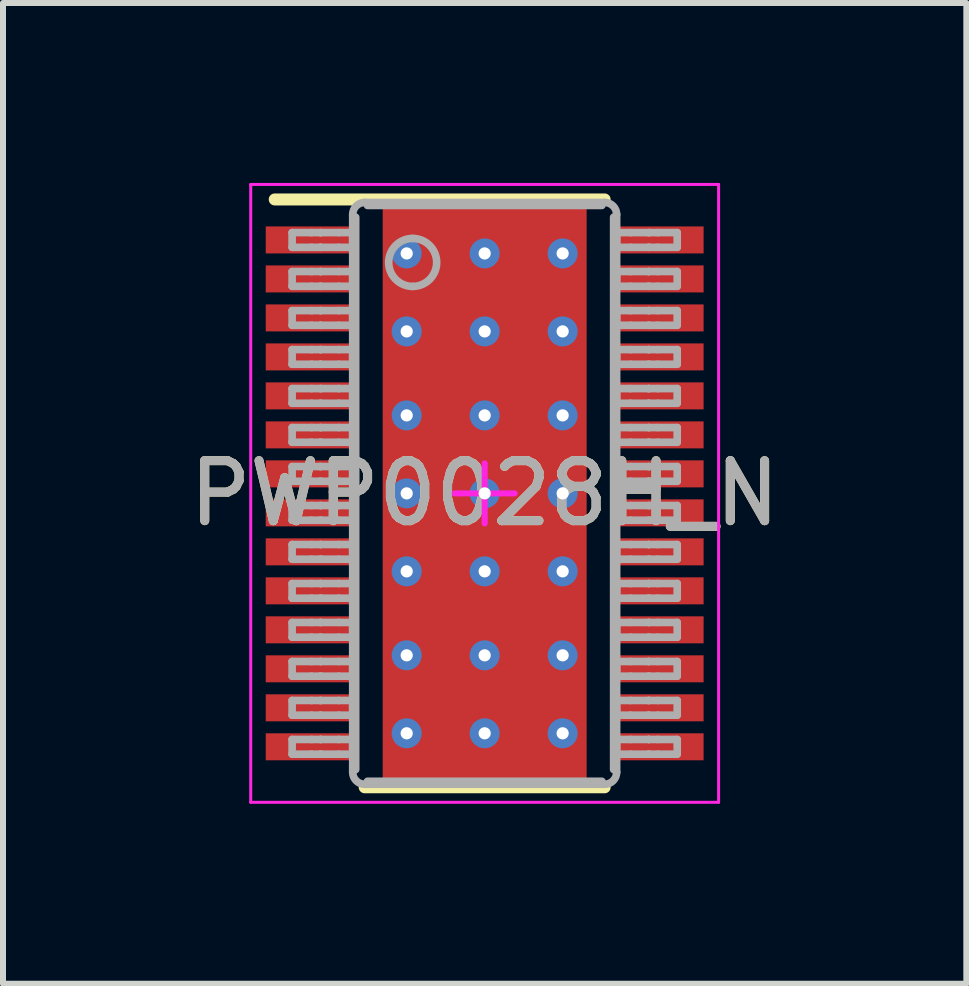
<source format=kicad_pcb>
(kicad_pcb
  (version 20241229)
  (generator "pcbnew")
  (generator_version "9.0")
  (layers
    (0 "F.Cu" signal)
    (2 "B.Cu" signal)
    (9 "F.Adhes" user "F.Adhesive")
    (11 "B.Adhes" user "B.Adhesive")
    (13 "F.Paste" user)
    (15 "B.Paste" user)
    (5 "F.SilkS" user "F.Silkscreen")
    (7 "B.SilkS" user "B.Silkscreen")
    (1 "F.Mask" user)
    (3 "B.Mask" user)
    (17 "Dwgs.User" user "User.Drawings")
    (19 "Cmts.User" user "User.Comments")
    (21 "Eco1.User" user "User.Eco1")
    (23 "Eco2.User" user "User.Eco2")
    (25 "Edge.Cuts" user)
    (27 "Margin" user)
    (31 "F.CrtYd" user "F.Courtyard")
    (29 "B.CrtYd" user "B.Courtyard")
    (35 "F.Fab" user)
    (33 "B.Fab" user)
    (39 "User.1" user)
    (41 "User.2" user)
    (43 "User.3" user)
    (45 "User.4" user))
  (footprint "PWP0028H_N"
    (layer "F.Cu")
    (at 5.03 5.175)
    (property "Reference" "PWP0028H_N" (at 0 0 0) (unlocked yes) (layer "F.SilkS") (effects (font (size 1 1) (thickness 0.15))))
    (attr smd)
    (fp_poly (pts (xy -1.17 1.473) (xy -1.17 -1.473) (xy -1.169 -1.482) (xy -1.166 -1.491) (xy -1.162 -1.499) (xy -1.156 -1.506) (xy -1.149 -1.512) (xy -1.141 -1.516) (xy -1.132 -1.519) (xy -1.123 -1.52) (xy 1.123 -1.52) (xy 1.132 -1.519) (xy 1.141 -1.516) (xy 1.149 -1.512) (xy 1.156 -1.506) (xy 1.162 -1.499) (xy 1.166 -1.491) (xy 1.169 -1.482) (xy 1.17 -1.473) (xy 1.17 1.473) (xy 1.169 1.482) (xy 1.166 1.491) (xy 1.162 1.499) (xy 1.156 1.506) (xy 1.149 1.512) (xy 1.141 1.516) (xy 1.132 1.519) (xy 1.123 1.52) (xy -1.123 1.52) (xy -1.132 1.519) (xy -1.141 1.516) (xy -1.149 1.512) (xy -1.156 1.506) (xy -1.162 1.499) (xy -1.166 1.491) (xy -1.169 1.482)) (stroke (width 0) (type solid)) (fill yes) (layer "F.Mask"))
    (fp_line (start -3.5 -4.9) (end 2 -4.9) (stroke (width 0.2) (type solid)) (layer "F.SilkS"))
    (fp_line (start -2 4.9) (end 2 4.9) (stroke (width 0.2) (type solid)) (layer "F.SilkS"))
    (fp_poly (pts (xy -1.17 1.473) (xy -1.17 -1.473) (xy -1.169 -1.482) (xy -1.166 -1.491) (xy -1.162 -1.499) (xy -1.156 -1.506) (xy -1.149 -1.512) (xy -1.141 -1.516) (xy -1.132 -1.519) (xy -1.123 -1.52) (xy 1.123 -1.52) (xy 1.132 -1.519) (xy 1.141 -1.516) (xy 1.149 -1.512) (xy 1.156 -1.506) (xy 1.162 -1.499) (xy 1.166 -1.491) (xy 1.169 -1.482) (xy 1.17 -1.473) (xy 1.17 1.473) (xy 1.169 1.482) (xy 1.166 1.491) (xy 1.162 1.499) (xy 1.156 1.506) (xy 1.149 1.512) (xy 1.141 1.516) (xy 1.132 1.519) (xy 1.123 1.52) (xy -1.123 1.52) (xy -1.132 1.519) (xy -1.141 1.516) (xy -1.149 1.512) (xy -1.156 1.506) (xy -1.162 1.499) (xy -1.166 1.491) (xy -1.169 1.482)) (stroke (width 0) (type solid)) (fill yes) (layer "F.Paste"))
    (fp_line (start -3.9 -5.15) (end 3.9 -5.15) (stroke (width 0.05) (type solid)) (layer "F.CrtYd"))
    (fp_line (start -3.9 5.15) (end -3.9 -5.15) (stroke (width 0.05) (type solid)) (layer "F.CrtYd"))
    (fp_line (start -3.9 5.15) (end 3.9 5.15) (stroke (width 0.05) (type solid)) (layer "F.CrtYd"))
    (fp_line (start -0.5 0) (end 0.5 0) (stroke (width 0.1) (type solid)) (layer "F.CrtYd"))
    (fp_line (start -0.000003 0.5) (end -0.000003 -0.5) (stroke (width 0.1) (type solid)) (layer "F.CrtYd"))
    (fp_line (start 3.9 5.15) (end 3.9 -5.15) (stroke (width 0.05) (type solid)) (layer "F.CrtYd"))
    (fp_line (start -3.21 -4.347) (end -2.887 -4.347) (stroke (width 0.127) (type solid)) (layer "F.Fab"))
    (fp_line (start -3.21 -4.102) (end -3.21 -4.347) (stroke (width 0.127) (type solid)) (layer "F.Fab"))
    (fp_line (start -3.21 -4.102) (end -2.887 -4.102) (stroke (width 0.127) (type solid)) (layer "F.Fab"))
    (fp_line (start -3.21 -3.698) (end -2.887 -3.698) (stroke (width 0.127) (type solid)) (layer "F.Fab"))
    (fp_line (start -3.21 -3.452) (end -3.21 -3.698) (stroke (width 0.127) (type solid)) (layer "F.Fab"))
    (fp_line (start -3.21 -3.452) (end -2.887 -3.452) (stroke (width 0.127) (type solid)) (layer "F.Fab"))
    (fp_line (start -3.21 -3.047) (end -2.887 -3.047) (stroke (width 0.127) (type solid)) (layer "F.Fab"))
    (fp_line (start -3.21 -2.802) (end -3.21 -3.047) (stroke (width 0.127) (type solid)) (layer "F.Fab"))
    (fp_line (start -3.21 -2.802) (end -2.887 -2.802) (stroke (width 0.127) (type solid)) (layer "F.Fab"))
    (fp_line (start -3.21 -2.397) (end -2.887 -2.397) (stroke (width 0.127) (type solid)) (layer "F.Fab"))
    (fp_line (start -3.21 -2.152) (end -3.21 -2.397) (stroke (width 0.127) (type solid)) (layer "F.Fab"))
    (fp_line (start -3.21 -2.152) (end -2.887 -2.152) (stroke (width 0.127) (type solid)) (layer "F.Fab"))
    (fp_line (start -3.21 -1.747) (end -2.887 -1.747) (stroke (width 0.127) (type solid)) (layer "F.Fab"))
    (fp_line (start -3.21 -1.502) (end -3.21 -1.747) (stroke (width 0.127) (type solid)) (layer "F.Fab"))
    (fp_line (start -3.21 -1.502) (end -2.887 -1.502) (stroke (width 0.127) (type solid)) (layer "F.Fab"))
    (fp_line (start -3.21 -1.097) (end -2.887 -1.097) (stroke (width 0.127) (type solid)) (layer "F.Fab"))
    (fp_line (start -3.21 -0.852) (end -3.21 -1.097) (stroke (width 0.127) (type solid)) (layer "F.Fab"))
    (fp_line (start -3.21 -0.852) (end -2.887 -0.852) (stroke (width 0.127) (type solid)) (layer "F.Fab"))
    (fp_line (start -3.21 -0.447) (end -2.887 -0.447) (stroke (width 0.127) (type solid)) (layer "F.Fab"))
    (fp_line (start -3.21 -0.202) (end -3.21 -0.447) (stroke (width 0.127) (type solid)) (layer "F.Fab"))
    (fp_line (start -3.21 -0.202) (end -2.887 -0.202) (stroke (width 0.127) (type solid)) (layer "F.Fab"))
    (fp_line (start -3.21 0.203) (end -2.887 0.203) (stroke (width 0.127) (type solid)) (layer "F.Fab"))
    (fp_line (start -3.21 0.448) (end -3.21 0.203) (stroke (width 0.127) (type solid)) (layer "F.Fab"))
    (fp_line (start -3.21 0.448) (end -2.887 0.448) (stroke (width 0.127) (type solid)) (layer "F.Fab"))
    (fp_line (start -3.21 0.853) (end -2.887 0.853) (stroke (width 0.127) (type solid)) (layer "F.Fab"))
    (fp_line (start -3.21 1.098) (end -3.21 0.853) (stroke (width 0.127) (type solid)) (layer "F.Fab"))
    (fp_line (start -3.21 1.098) (end -2.887 1.098) (stroke (width 0.127) (type solid)) (layer "F.Fab"))
    (fp_line (start -3.21 1.503) (end -2.887 1.503) (stroke (width 0.127) (type solid)) (layer "F.Fab"))
    (fp_line (start -3.21 1.748) (end -3.21 1.503) (stroke (width 0.127) (type solid)) (layer "F.Fab"))
    (fp_line (start -3.21 1.748) (end -2.887 1.748) (stroke (width 0.127) (type solid)) (layer "F.Fab"))
    (fp_line (start -3.21 2.152) (end -2.887 2.152) (stroke (width 0.127) (type solid)) (layer "F.Fab"))
    (fp_line (start -3.21 2.398) (end -3.21 2.152) (stroke (width 0.127) (type solid)) (layer "F.Fab"))
    (fp_line (start -3.21 2.398) (end -2.887 2.398) (stroke (width 0.127) (type solid)) (layer "F.Fab"))
    (fp_line (start -3.21 2.803) (end -2.887 2.803) (stroke (width 0.127) (type solid)) (layer "F.Fab"))
    (fp_line (start -3.21 3.048) (end -3.21 2.803) (stroke (width 0.127) (type solid)) (layer "F.Fab"))
    (fp_line (start -3.21 3.048) (end -2.887 3.048) (stroke (width 0.127) (type solid)) (layer "F.Fab"))
    (fp_line (start -3.21 3.453) (end -2.887 3.453) (stroke (width 0.127) (type solid)) (layer "F.Fab"))
    (fp_line (start -3.21 3.698) (end -3.21 3.453) (stroke (width 0.127) (type solid)) (layer "F.Fab"))
    (fp_line (start -3.21 3.698) (end -2.887 3.698) (stroke (width 0.127) (type solid)) (layer "F.Fab"))
    (fp_line (start -3.21 4.103) (end -2.887 4.103) (stroke (width 0.127) (type solid)) (layer "F.Fab"))
    (fp_line (start -3.21 4.348) (end -3.21 4.103) (stroke (width 0.127) (type solid)) (layer "F.Fab"))
    (fp_line (start -3.21 4.348) (end -2.887 4.348) (stroke (width 0.127) (type solid)) (layer "F.Fab"))
    (fp_line (start -2.887 -4.347) (end -2.739 -4.347) (stroke (width 0.127) (type solid)) (layer "F.Fab"))
    (fp_line (start -2.887 -4.102) (end -2.739 -4.102) (stroke (width 0.127) (type solid)) (layer "F.Fab"))
    (fp_line (start -2.887 -3.698) (end -2.739 -3.698) (stroke (width 0.127) (type solid)) (layer "F.Fab"))
    (fp_line (start -2.887 -3.452) (end -2.739 -3.452) (stroke (width 0.127) (type solid)) (layer "F.Fab"))
    (fp_line (start -2.887 -3.047) (end -2.739 -3.047) (stroke (width 0.127) (type solid)) (layer "F.Fab"))
    (fp_line (start -2.887 -2.802) (end -2.739 -2.802) (stroke (width 0.127) (type solid)) (layer "F.Fab"))
    (fp_line (start -2.887 -2.397) (end -2.739 -2.397) (stroke (width 0.127) (type solid)) (layer "F.Fab"))
    (fp_line (start -2.887 -2.152) (end -2.739 -2.152) (stroke (width 0.127) (type solid)) (layer "F.Fab"))
    (fp_line (start -2.887 -1.747) (end -2.739 -1.747) (stroke (width 0.127) (type solid)) (layer "F.Fab"))
    (fp_line (start -2.887 -1.502) (end -2.739 -1.502) (stroke (width 0.127) (type solid)) (layer "F.Fab"))
    (fp_line (start -2.887 -1.097) (end -2.739 -1.097) (stroke (width 0.127) (type solid)) (layer "F.Fab"))
    (fp_line (start -2.887 -0.852) (end -2.739 -0.852) (stroke (width 0.127) (type solid)) (layer "F.Fab"))
    (fp_line (start -2.887 -0.447) (end -2.739 -0.447) (stroke (width 0.127) (type solid)) (layer "F.Fab"))
    (fp_line (start -2.887 -0.202) (end -2.739 -0.202) (stroke (width 0.127) (type solid)) (layer "F.Fab"))
    (fp_line (start -2.887 0.203) (end -2.739 0.203) (stroke (width 0.127) (type solid)) (layer "F.Fab"))
    (fp_line (start -2.887 0.448) (end -2.739 0.448) (stroke (width 0.127) (type solid)) (layer "F.Fab"))
    (fp_line (start -2.887 0.853) (end -2.739 0.853) (stroke (width 0.127) (type solid)) (layer "F.Fab"))
    (fp_line (start -2.887 1.098) (end -2.739 1.098) (stroke (width 0.127) (type solid)) (layer "F.Fab"))
    (fp_line (start -2.887 1.503) (end -2.739 1.503) (stroke (width 0.127) (type solid)) (layer "F.Fab"))
    (fp_line (start -2.887 1.748) (end -2.739 1.748) (stroke (width 0.127) (type solid)) (layer "F.Fab"))
    (fp_line (start -2.887 2.152) (end -2.739 2.152) (stroke (width 0.127) (type solid)) (layer "F.Fab"))
    (fp_line (start -2.887 2.398) (end -2.739 2.398) (stroke (width 0.127) (type solid)) (layer "F.Fab"))
    (fp_line (start -2.887 2.803) (end -2.739 2.803) (stroke (width 0.127) (type solid)) (layer "F.Fab"))
    (fp_line (start -2.887 3.048) (end -2.739 3.048) (stroke (width 0.127) (type solid)) (layer "F.Fab"))
    (fp_line (start -2.887 3.453) (end -2.739 3.453) (stroke (width 0.127) (type solid)) (layer "F.Fab"))
    (fp_line (start -2.887 3.698) (end -2.739 3.698) (stroke (width 0.127) (type solid)) (layer "F.Fab"))
    (fp_line (start -2.887 4.103) (end -2.739 4.103) (stroke (width 0.127) (type solid)) (layer "F.Fab"))
    (fp_line (start -2.887 4.348) (end -2.739 4.348) (stroke (width 0.127) (type solid)) (layer "F.Fab"))
    (fp_line (start -2.739 -4.347) (end -2.733 -4.347) (stroke (width 0.127) (type solid)) (layer "F.Fab"))
    (fp_line (start -2.739 -4.102) (end -2.733 -4.102) (stroke (width 0.127) (type solid)) (layer "F.Fab"))
    (fp_line (start -2.739 -3.698) (end -2.733 -3.698) (stroke (width 0.127) (type solid)) (layer "F.Fab"))
    (fp_line (start -2.739 -3.452) (end -2.733 -3.452) (stroke (width 0.127) (type solid)) (layer "F.Fab"))
    (fp_line (start -2.739 -3.047) (end -2.733 -3.047) (stroke (width 0.127) (type solid)) (layer "F.Fab"))
    (fp_line (start -2.739 -2.802) (end -2.733 -2.802) (stroke (width 0.127) (type solid)) (layer "F.Fab"))
    (fp_line (start -2.739 -2.397) (end -2.733 -2.397) (stroke (width 0.127) (type solid)) (layer "F.Fab"))
    (fp_line (start -2.739 -2.152) (end -2.733 -2.152) (stroke (width 0.127) (type solid)) (layer "F.Fab"))
    (fp_line (start -2.739 -1.747) (end -2.733 -1.747) (stroke (width 0.127) (type solid)) (layer "F.Fab"))
    (fp_line (start -2.739 -1.502) (end -2.733 -1.502) (stroke (width 0.127) (type solid)) (layer "F.Fab"))
    (fp_line (start -2.739 -1.097) (end -2.733 -1.097) (stroke (width 0.127) (type solid)) (layer "F.Fab"))
    (fp_line (start -2.739 -0.852) (end -2.733 -0.852) (stroke (width 0.127) (type solid)) (layer "F.Fab"))
    (fp_line (start -2.739 -0.447) (end -2.733 -0.447) (stroke (width 0.127) (type solid)) (layer "F.Fab"))
    (fp_line (start -2.739 -0.202) (end -2.733 -0.202) (stroke (width 0.127) (type solid)) (layer "F.Fab"))
    (fp_line (start -2.739 0.203) (end -2.733 0.203) (stroke (width 0.127) (type solid)) (layer "F.Fab"))
    (fp_line (start -2.739 0.448) (end -2.733 0.448) (stroke (width 0.127) (type solid)) (layer "F.Fab"))
    (fp_line (start -2.739 0.853) (end -2.733 0.853) (stroke (width 0.127) (type solid)) (layer "F.Fab"))
    (fp_line (start -2.739 1.098) (end -2.733 1.098) (stroke (width 0.127) (type solid)) (layer "F.Fab"))
    (fp_line (start -2.739 1.503) (end -2.733 1.503) (stroke (width 0.127) (type solid)) (layer "F.Fab"))
    (fp_line (start -2.739 1.748) (end -2.733 1.748) (stroke (width 0.127) (type solid)) (layer "F.Fab"))
    (fp_line (start -2.739 2.152) (end -2.733 2.152) (stroke (width 0.127) (type solid)) (layer "F.Fab"))
    (fp_line (start -2.739 2.398) (end -2.733 2.398) (stroke (width 0.127) (type solid)) (layer "F.Fab"))
    (fp_line (start -2.739 2.803) (end -2.733 2.803) (stroke (width 0.127) (type solid)) (layer "F.Fab"))
    (fp_line (start -2.739 3.048) (end -2.733 3.048) (stroke (width 0.127) (type solid)) (layer "F.Fab"))
    (fp_line (start -2.739 3.453) (end -2.733 3.453) (stroke (width 0.127) (type solid)) (layer "F.Fab"))
    (fp_line (start -2.739 3.698) (end -2.733 3.698) (stroke (width 0.127) (type solid)) (layer "F.Fab"))
    (fp_line (start -2.739 4.103) (end -2.733 4.103) (stroke (width 0.127) (type solid)) (layer "F.Fab"))
    (fp_line (start -2.739 4.348) (end -2.733 4.348) (stroke (width 0.127) (type solid)) (layer "F.Fab"))
    (fp_line (start -2.733 -4.347) (end -2.431 -4.347) (stroke (width 0.127) (type solid)) (layer "F.Fab"))
    (fp_line (start -2.733 -4.102) (end -2.431 -4.102) (stroke (width 0.127) (type solid)) (layer "F.Fab"))
    (fp_line (start -2.733 -3.698) (end -2.431 -3.698) (stroke (width 0.127) (type solid)) (layer "F.Fab"))
    (fp_line (start -2.733 -3.452) (end -2.431 -3.452) (stroke (width 0.127) (type solid)) (layer "F.Fab"))
    (fp_line (start -2.733 -3.047) (end -2.431 -3.047) (stroke (width 0.127) (type solid)) (layer "F.Fab"))
    (fp_line (start -2.733 -2.802) (end -2.431 -2.802) (stroke (width 0.127) (type solid)) (layer "F.Fab"))
    (fp_line (start -2.733 -2.397) (end -2.431 -2.397) (stroke (width 0.127) (type solid)) (layer "F.Fab"))
    (fp_line (start -2.733 -2.152) (end -2.431 -2.152) (stroke (width 0.127) (type solid)) (layer "F.Fab"))
    (fp_line (start -2.733 -1.747) (end -2.431 -1.747) (stroke (width 0.127) (type solid)) (layer "F.Fab"))
    (fp_line (start -2.733 -1.502) (end -2.431 -1.502) (stroke (width 0.127) (type solid)) (layer "F.Fab"))
    (fp_line (start -2.733 -1.097) (end -2.431 -1.097) (stroke (width 0.127) (type solid)) (layer "F.Fab"))
    (fp_line (start -2.733 -0.852) (end -2.431 -0.852) (stroke (width 0.127) (type solid)) (layer "F.Fab"))
    (fp_line (start -2.733 -0.447) (end -2.431 -0.447) (stroke (width 0.127) (type solid)) (layer "F.Fab"))
    (fp_line (start -2.733 -0.202) (end -2.431 -0.202) (stroke (width 0.127) (type solid)) (layer "F.Fab"))
    (fp_line (start -2.733 0.203) (end -2.431 0.203) (stroke (width 0.127) (type solid)) (layer "F.Fab"))
    (fp_line (start -2.733 0.448) (end -2.431 0.448) (stroke (width 0.127) (type solid)) (layer "F.Fab"))
    (fp_line (start -2.733 0.853) (end -2.431 0.853) (stroke (width 0.127) (type solid)) (layer "F.Fab"))
    (fp_line (start -2.733 1.098) (end -2.431 1.098) (stroke (width 0.127) (type solid)) (layer "F.Fab"))
    (fp_line (start -2.733 1.503) (end -2.431 1.503) (stroke (width 0.127) (type solid)) (layer "F.Fab"))
    (fp_line (start -2.733 1.748) (end -2.431 1.748) (stroke (width 0.127) (type solid)) (layer "F.Fab"))
    (fp_line (start -2.733 2.152) (end -2.431 2.152) (stroke (width 0.127) (type solid)) (layer "F.Fab"))
    (fp_line (start -2.733 2.398) (end -2.431 2.398) (stroke (width 0.127) (type solid)) (layer "F.Fab"))
    (fp_line (start -2.733 2.803) (end -2.431 2.803) (stroke (width 0.127) (type solid)) (layer "F.Fab"))
    (fp_line (start -2.733 3.048) (end -2.431 3.048) (stroke (width 0.127) (type solid)) (layer "F.Fab"))
    (fp_line (start -2.733 3.453) (end -2.431 3.453) (stroke (width 0.127) (type solid)) (layer "F.Fab"))
    (fp_line (start -2.733 3.698) (end -2.431 3.698) (stroke (width 0.127) (type solid)) (layer "F.Fab"))
    (fp_line (start -2.733 4.103) (end -2.431 4.103) (stroke (width 0.127) (type solid)) (layer "F.Fab"))
    (fp_line (start -2.733 4.348) (end -2.431 4.348) (stroke (width 0.127) (type solid)) (layer "F.Fab"))
    (fp_line (start -2.431 -4.347) (end -2.2 -4.347) (stroke (width 0.127) (type solid)) (layer "F.Fab"))
    (fp_line (start -2.431 -4.102) (end -2.2 -4.102) (stroke (width 0.127) (type solid)) (layer "F.Fab"))
    (fp_line (start -2.431 -3.698) (end -2.2 -3.698) (stroke (width 0.127) (type solid)) (layer "F.Fab"))
    (fp_line (start -2.431 -3.452) (end -2.2 -3.452) (stroke (width 0.127) (type solid)) (layer "F.Fab"))
    (fp_line (start -2.431 -3.047) (end -2.2 -3.047) (stroke (width 0.127) (type solid)) (layer "F.Fab"))
    (fp_line (start -2.431 -2.802) (end -2.2 -2.802) (stroke (width 0.127) (type solid)) (layer "F.Fab"))
    (fp_line (start -2.431 -2.397) (end -2.2 -2.397) (stroke (width 0.127) (type solid)) (layer "F.Fab"))
    (fp_line (start -2.431 -2.152) (end -2.2 -2.152) (stroke (width 0.127) (type solid)) (layer "F.Fab"))
    (fp_line (start -2.431 -1.747) (end -2.2 -1.747) (stroke (width 0.127) (type solid)) (layer "F.Fab"))
    (fp_line (start -2.431 -1.502) (end -2.2 -1.502) (stroke (width 0.127) (type solid)) (layer "F.Fab"))
    (fp_line (start -2.431 -1.097) (end -2.2 -1.097) (stroke (width 0.127) (type solid)) (layer "F.Fab"))
    (fp_line (start -2.431 -0.852) (end -2.2 -0.852) (stroke (width 0.127) (type solid)) (layer "F.Fab"))
    (fp_line (start -2.431 -0.447) (end -2.2 -0.447) (stroke (width 0.127) (type solid)) (layer "F.Fab"))
    (fp_line (start -2.431 -0.202) (end -2.2 -0.202) (stroke (width 0.127) (type solid)) (layer "F.Fab"))
    (fp_line (start -2.431 0.203) (end -2.2 0.203) (stroke (width 0.127) (type solid)) (layer "F.Fab"))
    (fp_line (start -2.431 0.448) (end -2.2 0.448) (stroke (width 0.127) (type solid)) (layer "F.Fab"))
    (fp_line (start -2.431 0.853) (end -2.2 0.853) (stroke (width 0.127) (type solid)) (layer "F.Fab"))
    (fp_line (start -2.431 1.098) (end -2.2 1.098) (stroke (width 0.127) (type solid)) (layer "F.Fab"))
    (fp_line (start -2.431 1.503) (end -2.2 1.503) (stroke (width 0.127) (type solid)) (layer "F.Fab"))
    (fp_line (start -2.431 1.748) (end -2.2 1.748) (stroke (width 0.127) (type solid)) (layer "F.Fab"))
    (fp_line (start -2.431 2.152) (end -2.2 2.152) (stroke (width 0.127) (type solid)) (layer "F.Fab"))
    (fp_line (start -2.431 2.398) (end -2.2 2.398) (stroke (width 0.127) (type solid)) (layer "F.Fab"))
    (fp_line (start -2.431 2.803) (end -2.2 2.803) (stroke (width 0.127) (type solid)) (layer "F.Fab"))
    (fp_line (start -2.431 3.048) (end -2.2 3.048) (stroke (width 0.127) (type solid)) (layer "F.Fab"))
    (fp_line (start -2.431 3.453) (end -2.2 3.453) (stroke (width 0.127) (type solid)) (layer "F.Fab"))
    (fp_line (start -2.431 3.698) (end -2.2 3.698) (stroke (width 0.127) (type solid)) (layer "F.Fab"))
    (fp_line (start -2.431 4.103) (end -2.2 4.103) (stroke (width 0.127) (type solid)) (layer "F.Fab"))
    (fp_line (start -2.431 4.348) (end -2.2 4.348) (stroke (width 0.127) (type solid)) (layer "F.Fab"))
    (fp_line (start -2.2 -4.102) (end -2.2 -4.347) (stroke (width 0.127) (type solid)) (layer "F.Fab"))
    (fp_line (start -2.2 -3.452) (end -2.2 -3.698) (stroke (width 0.127) (type solid)) (layer "F.Fab"))
    (fp_line (start -2.2 -2.802) (end -2.2 -3.047) (stroke (width 0.127) (type solid)) (layer "F.Fab"))
    (fp_line (start -2.2 -2.152) (end -2.2 -2.397) (stroke (width 0.127) (type solid)) (layer "F.Fab"))
    (fp_line (start -2.2 -1.502) (end -2.2 -1.747) (stroke (width 0.127) (type solid)) (layer "F.Fab"))
    (fp_line (start -2.2 -0.852) (end -2.2 -1.097) (stroke (width 0.127) (type solid)) (layer "F.Fab"))
    (fp_line (start -2.2 -0.202) (end -2.2 -0.447) (stroke (width 0.127) (type solid)) (layer "F.Fab"))
    (fp_line (start -2.2 0.448) (end -2.2 0.203) (stroke (width 0.127) (type solid)) (layer "F.Fab"))
    (fp_line (start -2.2 1.098) (end -2.2 0.853) (stroke (width 0.127) (type solid)) (layer "F.Fab"))
    (fp_line (start -2.2 1.748) (end -2.2 1.503) (stroke (width 0.127) (type solid)) (layer "F.Fab"))
    (fp_line (start -2.2 2.398) (end -2.2 2.152) (stroke (width 0.127) (type solid)) (layer "F.Fab"))
    (fp_line (start -2.2 3.048) (end -2.2 2.803) (stroke (width 0.127) (type solid)) (layer "F.Fab"))
    (fp_line (start -2.2 3.698) (end -2.2 3.453) (stroke (width 0.127) (type solid)) (layer "F.Fab"))
    (fp_line (start -2.2 4.348) (end -2.2 4.103) (stroke (width 0.127) (type solid)) (layer "F.Fab"))
    (fp_line (start -2.2 4.65) (end -2.2 -4.65) (stroke (width 0.127) (type solid)) (layer "F.Fab"))
    (fp_line (start -2.15 4.604) (end -2.15 -4.604) (stroke (width 0.127) (type solid)) (layer "F.Fab"))
    (fp_line (start -2 -4.85) (end 2 -4.85) (stroke (width 0.127) (type solid)) (layer "F.Fab"))
    (fp_line (start -2 4.85) (end 2 4.85) (stroke (width 0.127) (type solid)) (layer "F.Fab"))
    (fp_line (start -1.954 -4.8) (end 1.954 -4.8) (stroke (width 0.127) (type solid)) (layer "F.Fab"))
    (fp_line (start -1.954 4.8) (end 1.954 4.8) (stroke (width 0.127) (type solid)) (layer "F.Fab"))
    (fp_line (start 2.15 4.604) (end 2.15 -4.604) (stroke (width 0.127) (type solid)) (layer "F.Fab"))
    (fp_line (start 2.2 -4.347) (end 2.43 -4.347) (stroke (width 0.127) (type solid)) (layer "F.Fab"))
    (fp_line (start 2.2 -4.102) (end 2.2 -4.347) (stroke (width 0.127) (type solid)) (layer "F.Fab"))
    (fp_line (start 2.2 -4.102) (end 2.43 -4.102) (stroke (width 0.127) (type solid)) (layer "F.Fab"))
    (fp_line (start 2.2 -3.698) (end 2.43 -3.698) (stroke (width 0.127) (type solid)) (layer "F.Fab"))
    (fp_line (start 2.2 -3.452) (end 2.2 -3.698) (stroke (width 0.127) (type solid)) (layer "F.Fab"))
    (fp_line (start 2.2 -3.452) (end 2.43 -3.452) (stroke (width 0.127) (type solid)) (layer "F.Fab"))
    (fp_line (start 2.2 -3.047) (end 2.43 -3.047) (stroke (width 0.127) (type solid)) (layer "F.Fab"))
    (fp_line (start 2.2 -2.802) (end 2.2 -3.047) (stroke (width 0.127) (type solid)) (layer "F.Fab"))
    (fp_line (start 2.2 -2.802) (end 2.43 -2.802) (stroke (width 0.127) (type solid)) (layer "F.Fab"))
    (fp_line (start 2.2 -2.397) (end 2.43 -2.397) (stroke (width 0.127) (type solid)) (layer "F.Fab"))
    (fp_line (start 2.2 -2.152) (end 2.2 -2.397) (stroke (width 0.127) (type solid)) (layer "F.Fab"))
    (fp_line (start 2.2 -2.152) (end 2.43 -2.152) (stroke (width 0.127) (type solid)) (layer "F.Fab"))
    (fp_line (start 2.2 -1.747) (end 2.43 -1.747) (stroke (width 0.127) (type solid)) (layer "F.Fab"))
    (fp_line (start 2.2 -1.502) (end 2.2 -1.747) (stroke (width 0.127) (type solid)) (layer "F.Fab"))
    (fp_line (start 2.2 -1.502) (end 2.43 -1.502) (stroke (width 0.127) (type solid)) (layer "F.Fab"))
    (fp_line (start 2.2 -1.097) (end 2.43 -1.097) (stroke (width 0.127) (type solid)) (layer "F.Fab"))
    (fp_line (start 2.2 -0.852) (end 2.2 -1.097) (stroke (width 0.127) (type solid)) (layer "F.Fab"))
    (fp_line (start 2.2 -0.852) (end 2.43 -0.852) (stroke (width 0.127) (type solid)) (layer "F.Fab"))
    (fp_line (start 2.2 -0.447) (end 2.43 -0.447) (stroke (width 0.127) (type solid)) (layer "F.Fab"))
    (fp_line (start 2.2 -0.202) (end 2.2 -0.447) (stroke (width 0.127) (type solid)) (layer "F.Fab"))
    (fp_line (start 2.2 -0.202) (end 2.43 -0.202) (stroke (width 0.127) (type solid)) (layer "F.Fab"))
    (fp_line (start 2.2 0.203) (end 2.43 0.203) (stroke (width 0.127) (type solid)) (layer "F.Fab"))
    (fp_line (start 2.2 0.448) (end 2.2 0.203) (stroke (width 0.127) (type solid)) (layer "F.Fab"))
    (fp_line (start 2.2 0.448) (end 2.43 0.448) (stroke (width 0.127) (type solid)) (layer "F.Fab"))
    (fp_line (start 2.2 0.853) (end 2.43 0.853) (stroke (width 0.127) (type solid)) (layer "F.Fab"))
    (fp_line (start 2.2 1.098) (end 2.2 0.853) (stroke (width 0.127) (type solid)) (layer "F.Fab"))
    (fp_line (start 2.2 1.098) (end 2.43 1.098) (stroke (width 0.127) (type solid)) (layer "F.Fab"))
    (fp_line (start 2.2 1.503) (end 2.43 1.503) (stroke (width 0.127) (type solid)) (layer "F.Fab"))
    (fp_line (start 2.2 1.748) (end 2.2 1.503) (stroke (width 0.127) (type solid)) (layer "F.Fab"))
    (fp_line (start 2.2 1.748) (end 2.43 1.748) (stroke (width 0.127) (type solid)) (layer "F.Fab"))
    (fp_line (start 2.2 2.152) (end 2.43 2.152) (stroke (width 0.127) (type solid)) (layer "F.Fab"))
    (fp_line (start 2.2 2.398) (end 2.2 2.152) (stroke (width 0.127) (type solid)) (layer "F.Fab"))
    (fp_line (start 2.2 2.398) (end 2.43 2.398) (stroke (width 0.127) (type solid)) (layer "F.Fab"))
    (fp_line (start 2.2 2.803) (end 2.43 2.803) (stroke (width 0.127) (type solid)) (layer "F.Fab"))
    (fp_line (start 2.2 3.048) (end 2.2 2.803) (stroke (width 0.127) (type solid)) (layer "F.Fab"))
    (fp_line (start 2.2 3.048) (end 2.43 3.048) (stroke (width 0.127) (type solid)) (layer "F.Fab"))
    (fp_line (start 2.2 3.453) (end 2.43 3.453) (stroke (width 0.127) (type solid)) (layer "F.Fab"))
    (fp_line (start 2.2 3.698) (end 2.2 3.453) (stroke (width 0.127) (type solid)) (layer "F.Fab"))
    (fp_line (start 2.2 3.698) (end 2.43 3.698) (stroke (width 0.127) (type solid)) (layer "F.Fab"))
    (fp_line (start 2.2 4.103) (end 2.43 4.103) (stroke (width 0.127) (type solid)) (layer "F.Fab"))
    (fp_line (start 2.2 4.348) (end 2.2 4.103) (stroke (width 0.127) (type solid)) (layer "F.Fab"))
    (fp_line (start 2.2 4.348) (end 2.43 4.348) (stroke (width 0.127) (type solid)) (layer "F.Fab"))
    (fp_line (start 2.2 4.65) (end 2.2 -4.65) (stroke (width 0.127) (type solid)) (layer "F.Fab"))
    (fp_line (start 2.43 -4.347) (end 2.733 -4.347) (stroke (width 0.127) (type solid)) (layer "F.Fab"))
    (fp_line (start 2.43 -4.102) (end 2.733 -4.102) (stroke (width 0.127) (type solid)) (layer "F.Fab"))
    (fp_line (start 2.43 -3.698) (end 2.733 -3.698) (stroke (width 0.127) (type solid)) (layer "F.Fab"))
    (fp_line (start 2.43 -3.452) (end 2.733 -3.452) (stroke (width 0.127) (type solid)) (layer "F.Fab"))
    (fp_line (start 2.43 -3.047) (end 2.733 -3.047) (stroke (width 0.127) (type solid)) (layer "F.Fab"))
    (fp_line (start 2.43 -2.802) (end 2.733 -2.802) (stroke (width 0.127) (type solid)) (layer "F.Fab"))
    (fp_line (start 2.43 -2.397) (end 2.733 -2.397) (stroke (width 0.127) (type solid)) (layer "F.Fab"))
    (fp_line (start 2.43 -2.152) (end 2.733 -2.152) (stroke (width 0.127) (type solid)) (layer "F.Fab"))
    (fp_line (start 2.43 -1.747) (end 2.733 -1.747) (stroke (width 0.127) (type solid)) (layer "F.Fab"))
    (fp_line (start 2.43 -1.502) (end 2.733 -1.502) (stroke (width 0.127) (type solid)) (layer "F.Fab"))
    (fp_line (start 2.43 -1.097) (end 2.733 -1.097) (stroke (width 0.127) (type solid)) (layer "F.Fab"))
    (fp_line (start 2.43 -0.852) (end 2.733 -0.852) (stroke (width 0.127) (type solid)) (layer "F.Fab"))
    (fp_line (start 2.43 -0.447) (end 2.733 -0.447) (stroke (width 0.127) (type solid)) (layer "F.Fab"))
    (fp_line (start 2.43 -0.202) (end 2.733 -0.202) (stroke (width 0.127) (type solid)) (layer "F.Fab"))
    (fp_line (start 2.43 0.203) (end 2.733 0.203) (stroke (width 0.127) (type solid)) (layer "F.Fab"))
    (fp_line (start 2.43 0.448) (end 2.733 0.448) (stroke (width 0.127) (type solid)) (layer "F.Fab"))
    (fp_line (start 2.43 0.853) (end 2.733 0.853) (stroke (width 0.127) (type solid)) (layer "F.Fab"))
    (fp_line (start 2.43 1.098) (end 2.733 1.098) (stroke (width 0.127) (type solid)) (layer "F.Fab"))
    (fp_line (start 2.43 1.503) (end 2.733 1.503) (stroke (width 0.127) (type solid)) (layer "F.Fab"))
    (fp_line (start 2.43 1.748) (end 2.733 1.748) (stroke (width 0.127) (type solid)) (layer "F.Fab"))
    (fp_line (start 2.43 2.152) (end 2.733 2.152) (stroke (width 0.127) (type solid)) (layer "F.Fab"))
    (fp_line (start 2.43 2.398) (end 2.733 2.398) (stroke (width 0.127) (type solid)) (layer "F.Fab"))
    (fp_line (start 2.43 2.803) (end 2.733 2.803) (stroke (width 0.127) (type solid)) (layer "F.Fab"))
    (fp_line (start 2.43 3.048) (end 2.733 3.048) (stroke (width 0.127) (type solid)) (layer "F.Fab"))
    (fp_line (start 2.43 3.453) (end 2.733 3.453) (stroke (width 0.127) (type solid)) (layer "F.Fab"))
    (fp_line (start 2.43 3.698) (end 2.733 3.698) (stroke (width 0.127) (type solid)) (layer "F.Fab"))
    (fp_line (start 2.43 4.103) (end 2.733 4.103) (stroke (width 0.127) (type solid)) (layer "F.Fab"))
    (fp_line (start 2.43 4.348) (end 2.733 4.348) (stroke (width 0.127) (type solid)) (layer "F.Fab"))
    (fp_line (start 2.733 -4.347) (end 2.739 -4.347) (stroke (width 0.127) (type solid)) (layer "F.Fab"))
    (fp_line (start 2.733 -4.102) (end 2.739 -4.102) (stroke (width 0.127) (type solid)) (layer "F.Fab"))
    (fp_line (start 2.733 -3.698) (end 2.739 -3.698) (stroke (width 0.127) (type solid)) (layer "F.Fab"))
    (fp_line (start 2.733 -3.452) (end 2.739 -3.452) (stroke (width 0.127) (type solid)) (layer "F.Fab"))
    (fp_line (start 2.733 -3.047) (end 2.739 -3.047) (stroke (width 0.127) (type solid)) (layer "F.Fab"))
    (fp_line (start 2.733 -2.802) (end 2.739 -2.802) (stroke (width 0.127) (type solid)) (layer "F.Fab"))
    (fp_line (start 2.733 -2.397) (end 2.739 -2.397) (stroke (width 0.127) (type solid)) (layer "F.Fab"))
    (fp_line (start 2.733 -2.152) (end 2.739 -2.152) (stroke (width 0.127) (type solid)) (layer "F.Fab"))
    (fp_line (start 2.733 -1.747) (end 2.739 -1.747) (stroke (width 0.127) (type solid)) (layer "F.Fab"))
    (fp_line (start 2.733 -1.502) (end 2.739 -1.502) (stroke (width 0.127) (type solid)) (layer "F.Fab"))
    (fp_line (start 2.733 -1.097) (end 2.739 -1.097) (stroke (width 0.127) (type solid)) (layer "F.Fab"))
    (fp_line (start 2.733 -0.852) (end 2.739 -0.852) (stroke (width 0.127) (type solid)) (layer "F.Fab"))
    (fp_line (start 2.733 -0.447) (end 2.739 -0.447) (stroke (width 0.127) (type solid)) (layer "F.Fab"))
    (fp_line (start 2.733 -0.202) (end 2.739 -0.202) (stroke (width 0.127) (type solid)) (layer "F.Fab"))
    (fp_line (start 2.733 0.203) (end 2.739 0.203) (stroke (width 0.127) (type solid)) (layer "F.Fab"))
    (fp_line (start 2.733 0.448) (end 2.739 0.448) (stroke (width 0.127) (type solid)) (layer "F.Fab"))
    (fp_line (start 2.733 0.853) (end 2.739 0.853) (stroke (width 0.127) (type solid)) (layer "F.Fab"))
    (fp_line (start 2.733 1.098) (end 2.739 1.098) (stroke (width 0.127) (type solid)) (layer "F.Fab"))
    (fp_line (start 2.733 1.503) (end 2.739 1.503) (stroke (width 0.127) (type solid)) (layer "F.Fab"))
    (fp_line (start 2.733 1.748) (end 2.739 1.748) (stroke (width 0.127) (type solid)) (layer "F.Fab"))
    (fp_line (start 2.733 2.152) (end 2.739 2.152) (stroke (width 0.127) (type solid)) (layer "F.Fab"))
    (fp_line (start 2.733 2.398) (end 2.739 2.398) (stroke (width 0.127) (type solid)) (layer "F.Fab"))
    (fp_line (start 2.733 2.803) (end 2.739 2.803) (stroke (width 0.127) (type solid)) (layer "F.Fab"))
    (fp_line (start 2.733 3.048) (end 2.739 3.048) (stroke (width 0.127) (type solid)) (layer "F.Fab"))
    (fp_line (start 2.733 3.453) (end 2.739 3.453) (stroke (width 0.127) (type solid)) (layer "F.Fab"))
    (fp_line (start 2.733 3.698) (end 2.739 3.698) (stroke (width 0.127) (type solid)) (layer "F.Fab"))
    (fp_line (start 2.733 4.103) (end 2.739 4.103) (stroke (width 0.127) (type solid)) (layer "F.Fab"))
    (fp_line (start 2.733 4.348) (end 2.739 4.348) (stroke (width 0.127) (type solid)) (layer "F.Fab"))
    (fp_line (start 2.739 -4.347) (end 2.887 -4.347) (stroke (width 0.127) (type solid)) (layer "F.Fab"))
    (fp_line (start 2.739 -4.102) (end 2.887 -4.102) (stroke (width 0.127) (type solid)) (layer "F.Fab"))
    (fp_line (start 2.739 -3.698) (end 2.887 -3.698) (stroke (width 0.127) (type solid)) (layer "F.Fab"))
    (fp_line (start 2.739 -3.452) (end 2.887 -3.452) (stroke (width 0.127) (type solid)) (layer "F.Fab"))
    (fp_line (start 2.739 -3.047) (end 2.887 -3.047) (stroke (width 0.127) (type solid)) (layer "F.Fab"))
    (fp_line (start 2.739 -2.802) (end 2.887 -2.802) (stroke (width 0.127) (type solid)) (layer "F.Fab"))
    (fp_line (start 2.739 -2.397) (end 2.887 -2.397) (stroke (width 0.127) (type solid)) (layer "F.Fab"))
    (fp_line (start 2.739 -2.152) (end 2.887 -2.152) (stroke (width 0.127) (type solid)) (layer "F.Fab"))
    (fp_line (start 2.739 -1.747) (end 2.887 -1.747) (stroke (width 0.127) (type solid)) (layer "F.Fab"))
    (fp_line (start 2.739 -1.502) (end 2.887 -1.502) (stroke (width 0.127) (type solid)) (layer "F.Fab"))
    (fp_line (start 2.739 -1.097) (end 2.887 -1.097) (stroke (width 0.127) (type solid)) (layer "F.Fab"))
    (fp_line (start 2.739 -0.852) (end 2.887 -0.852) (stroke (width 0.127) (type solid)) (layer "F.Fab"))
    (fp_line (start 2.739 -0.447) (end 2.887 -0.447) (stroke (width 0.127) (type solid)) (layer "F.Fab"))
    (fp_line (start 2.739 -0.202) (end 2.887 -0.202) (stroke (width 0.127) (type solid)) (layer "F.Fab"))
    (fp_line (start 2.739 0.203) (end 2.887 0.203) (stroke (width 0.127) (type solid)) (layer "F.Fab"))
    (fp_line (start 2.739 0.448) (end 2.887 0.448) (stroke (width 0.127) (type solid)) (layer "F.Fab"))
    (fp_line (start 2.739 0.853) (end 2.887 0.853) (stroke (width 0.127) (type solid)) (layer "F.Fab"))
    (fp_line (start 2.739 1.098) (end 2.887 1.098) (stroke (width 0.127) (type solid)) (layer "F.Fab"))
    (fp_line (start 2.739 1.503) (end 2.887 1.503) (stroke (width 0.127) (type solid)) (layer "F.Fab"))
    (fp_line (start 2.739 1.748) (end 2.887 1.748) (stroke (width 0.127) (type solid)) (layer "F.Fab"))
    (fp_line (start 2.739 2.152) (end 2.887 2.152) (stroke (width 0.127) (type solid)) (layer "F.Fab"))
    (fp_line (start 2.739 2.398) (end 2.887 2.398) (stroke (width 0.127) (type solid)) (layer "F.Fab"))
    (fp_line (start 2.739 2.803) (end 2.887 2.803) (stroke (width 0.127) (type solid)) (layer "F.Fab"))
    (fp_line (start 2.739 3.048) (end 2.887 3.048) (stroke (width 0.127) (type solid)) (layer "F.Fab"))
    (fp_line (start 2.739 3.453) (end 2.887 3.453) (stroke (width 0.127) (type solid)) (layer "F.Fab"))
    (fp_line (start 2.739 3.698) (end 2.887 3.698) (stroke (width 0.127) (type solid)) (layer "F.Fab"))
    (fp_line (start 2.739 4.103) (end 2.887 4.103) (stroke (width 0.127) (type solid)) (layer "F.Fab"))
    (fp_line (start 2.739 4.348) (end 2.887 4.348) (stroke (width 0.127) (type solid)) (layer "F.Fab"))
    (fp_line (start 2.887 -4.347) (end 3.21 -4.347) (stroke (width 0.127) (type solid)) (layer "F.Fab"))
    (fp_line (start 2.887 -4.102) (end 3.21 -4.102) (stroke (width 0.127) (type solid)) (layer "F.Fab"))
    (fp_line (start 2.887 -3.698) (end 3.21 -3.698) (stroke (width 0.127) (type solid)) (layer "F.Fab"))
    (fp_line (start 2.887 -3.452) (end 3.21 -3.452) (stroke (width 0.127) (type solid)) (layer "F.Fab"))
    (fp_line (start 2.887 -3.047) (end 3.21 -3.047) (stroke (width 0.127) (type solid)) (layer "F.Fab"))
    (fp_line (start 2.887 -2.802) (end 3.21 -2.802) (stroke (width 0.127) (type solid)) (layer "F.Fab"))
    (fp_line (start 2.887 -2.397) (end 3.21 -2.397) (stroke (width 0.127) (type solid)) (layer "F.Fab"))
    (fp_line (start 2.887 -2.152) (end 3.21 -2.152) (stroke (width 0.127) (type solid)) (layer "F.Fab"))
    (fp_line (start 2.887 -1.747) (end 3.21 -1.747) (stroke (width 0.127) (type solid)) (layer "F.Fab"))
    (fp_line (start 2.887 -1.502) (end 3.21 -1.502) (stroke (width 0.127) (type solid)) (layer "F.Fab"))
    (fp_line (start 2.887 -1.097) (end 3.21 -1.097) (stroke (width 0.127) (type solid)) (layer "F.Fab"))
    (fp_line (start 2.887 -0.852) (end 3.21 -0.852) (stroke (width 0.127) (type solid)) (layer "F.Fab"))
    (fp_line (start 2.887 -0.447) (end 3.21 -0.447) (stroke (width 0.127) (type solid)) (layer "F.Fab"))
    (fp_line (start 2.887 -0.202) (end 3.21 -0.202) (stroke (width 0.127) (type solid)) (layer "F.Fab"))
    (fp_line (start 2.887 0.203) (end 3.21 0.203) (stroke (width 0.127) (type solid)) (layer "F.Fab"))
    (fp_line (start 2.887 0.448) (end 3.21 0.448) (stroke (width 0.127) (type solid)) (layer "F.Fab"))
    (fp_line (start 2.887 0.853) (end 3.21 0.853) (stroke (width 0.127) (type solid)) (layer "F.Fab"))
    (fp_line (start 2.887 1.098) (end 3.21 1.098) (stroke (width 0.127) (type solid)) (layer "F.Fab"))
    (fp_line (start 2.887 1.503) (end 3.21 1.503) (stroke (width 0.127) (type solid)) (layer "F.Fab"))
    (fp_line (start 2.887 1.748) (end 3.21 1.748) (stroke (width 0.127) (type solid)) (layer "F.Fab"))
    (fp_line (start 2.887 2.152) (end 3.21 2.152) (stroke (width 0.127) (type solid)) (layer "F.Fab"))
    (fp_line (start 2.887 2.398) (end 3.21 2.398) (stroke (width 0.127) (type solid)) (layer "F.Fab"))
    (fp_line (start 2.887 2.803) (end 3.21 2.803) (stroke (width 0.127) (type solid)) (layer "F.Fab"))
    (fp_line (start 2.887 3.048) (end 3.21 3.048) (stroke (width 0.127) (type solid)) (layer "F.Fab"))
    (fp_line (start 2.887 3.453) (end 3.21 3.453) (stroke (width 0.127) (type solid)) (layer "F.Fab"))
    (fp_line (start 2.887 3.698) (end 3.21 3.698) (stroke (width 0.127) (type solid)) (layer "F.Fab"))
    (fp_line (start 2.887 4.103) (end 3.21 4.103) (stroke (width 0.127) (type solid)) (layer "F.Fab"))
    (fp_line (start 2.887 4.348) (end 3.21 4.348) (stroke (width 0.127) (type solid)) (layer "F.Fab"))
    (fp_line (start 3.21 -4.102) (end 3.21 -4.347) (stroke (width 0.127) (type solid)) (layer "F.Fab"))
    (fp_line (start 3.21 -3.452) (end 3.21 -3.698) (stroke (width 0.127) (type solid)) (layer "F.Fab"))
    (fp_line (start 3.21 -2.802) (end 3.21 -3.047) (stroke (width 0.127) (type solid)) (layer "F.Fab"))
    (fp_line (start 3.21 -2.152) (end 3.21 -2.397) (stroke (width 0.127) (type solid)) (layer "F.Fab"))
    (fp_line (start 3.21 -1.502) (end 3.21 -1.747) (stroke (width 0.127) (type solid)) (layer "F.Fab"))
    (fp_line (start 3.21 -0.852) (end 3.21 -1.097) (stroke (width 0.127) (type solid)) (layer "F.Fab"))
    (fp_line (start 3.21 -0.202) (end 3.21 -0.447) (stroke (width 0.127) (type solid)) (layer "F.Fab"))
    (fp_line (start 3.21 0.448) (end 3.21 0.203) (stroke (width 0.127) (type solid)) (layer "F.Fab"))
    (fp_line (start 3.21 1.098) (end 3.21 0.853) (stroke (width 0.127) (type solid)) (layer "F.Fab"))
    (fp_line (start 3.21 1.748) (end 3.21 1.503) (stroke (width 0.127) (type solid)) (layer "F.Fab"))
    (fp_line (start 3.21 2.398) (end 3.21 2.152) (stroke (width 0.127) (type solid)) (layer "F.Fab"))
    (fp_line (start 3.21 3.048) (end 3.21 2.803) (stroke (width 0.127) (type solid)) (layer "F.Fab"))
    (fp_line (start 3.21 3.698) (end 3.21 3.453) (stroke (width 0.127) (type solid)) (layer "F.Fab"))
    (fp_line (start 3.21 4.348) (end 3.21 4.103) (stroke (width 0.127) (type solid)) (layer "F.Fab"))
    (fp_arc (start -2.200001 -4.650001) (mid -2.141422 -4.791422) (end -2.000001 -4.85) (stroke (width 0.127) (type solid)) (layer "F.Fab"))
    (fp_arc (start -2.000001 4.850006) (mid -2.141422 4.791427) (end -2.200001 4.650006) (stroke (width 0.127) (type solid)) (layer "F.Fab"))
    (fp_arc (start -1.200003 -4.249976) (mid -0.800003 -3.849977) (end -1.200003 -3.449978) (stroke (width 0.127) (type solid)) (layer "F.Fab"))
    (fp_arc (start -1.200003 -3.449978) (mid -1.600002 -3.849977) (end -1.200003 -4.249976) (stroke (width 0.127) (type solid)) (layer "F.Fab"))
    (fp_arc (start 1.999991 -4.85) (mid 2.141412 -4.791422) (end 2.199991 -4.650001) (stroke (width 0.127) (type solid)) (layer "F.Fab"))
    (fp_arc (start 2.199991 4.650006) (mid 2.141412 4.791427) (end 1.999991 4.850006) (stroke (width 0.127) (type solid)) (layer "F.Fab"))
    (fp_text user "${REFERENCE}" (at 0 0 0) (unlocked yes) (layer "F.Fab") (effects (font (size 1 1) (thickness 0.15))))
    (pad "1" smd rect (at -2.95 -4.225 90) (size 0.45 1.4) (layers "F.Cu" "F.Mask" "F.Paste"))
    (pad "2" smd rect (at -2.95 -3.575 90) (size 0.45 1.4) (layers "F.Cu" "F.Mask" "F.Paste"))
    (pad "3" smd rect (at -2.95 -2.925 90) (size 0.45 1.4) (layers "F.Cu" "F.Mask" "F.Paste"))
    (pad "4" smd rect (at -2.95 -2.275 90) (size 0.45 1.4) (layers "F.Cu" "F.Mask" "F.Paste"))
    (pad "5" smd rect (at -2.95 -1.625 90) (size 0.45 1.4) (layers "F.Cu" "F.Mask" "F.Paste"))
    (pad "6" smd rect (at -2.95 -0.975 90) (size 0.45 1.4) (layers "F.Cu" "F.Mask" "F.Paste"))
    (pad "7" smd rect (at -2.95 -0.325 90) (size 0.45 1.4) (layers "F.Cu" "F.Mask" "F.Paste"))
    (pad "8" smd rect (at -2.95 0.325 90) (size 0.45 1.4) (layers "F.Cu" "F.Mask" "F.Paste"))
    (pad "9" smd rect (at -2.95 0.975 90) (size 0.45 1.4) (layers "F.Cu" "F.Mask" "F.Paste"))
    (pad "10" smd rect (at -2.95 1.625 90) (size 0.45 1.4) (layers "F.Cu" "F.Mask" "F.Paste"))
    (pad "11" smd rect (at -2.95 2.275 90) (size 0.45 1.4) (layers "F.Cu" "F.Mask" "F.Paste"))
    (pad "12" smd rect (at -2.95 2.925 90) (size 0.45 1.4) (layers "F.Cu" "F.Mask" "F.Paste"))
    (pad "13" smd rect (at -2.95 3.575 90) (size 0.45 1.4) (layers "F.Cu" "F.Mask" "F.Paste"))
    (pad "14" smd rect (at -2.95 4.225 90) (size 0.45 1.4) (layers "F.Cu" "F.Mask" "F.Paste"))
    (pad "15" smd rect (at 2.95 4.225 90) (size 0.45 1.4) (layers "F.Cu" "F.Mask" "F.Paste"))
    (pad "16" smd rect (at 2.95 3.575 90) (size 0.45 1.4) (layers "F.Cu" "F.Mask" "F.Paste"))
    (pad "17" smd rect (at 2.95 2.925 90) (size 0.45 1.4) (layers "F.Cu" "F.Mask" "F.Paste"))
    (pad "18" smd rect (at 2.95 2.275 90) (size 0.45 1.4) (layers "F.Cu" "F.Mask" "F.Paste"))
    (pad "19" smd rect (at 2.95 1.625 90) (size 0.45 1.4) (layers "F.Cu" "F.Mask" "F.Paste"))
    (pad "20" smd rect (at 2.95 0.975 90) (size 0.45 1.4) (layers "F.Cu" "F.Mask" "F.Paste"))
    (pad "21" smd rect (at 2.95 0.325 90) (size 0.45 1.4) (layers "F.Cu" "F.Mask" "F.Paste"))
    (pad "22" smd rect (at 2.95 -0.325 90) (size 0.45 1.4) (layers "F.Cu" "F.Mask" "F.Paste"))
    (pad "23" smd rect (at 2.95 -0.975 90) (size 0.45 1.4) (layers "F.Cu" "F.Mask" "F.Paste"))
    (pad "24" smd rect (at 2.95 -1.625 90) (size 0.45 1.4) (layers "F.Cu" "F.Mask" "F.Paste"))
    (pad "25" smd rect (at 2.95 -2.275 90) (size 0.45 1.4) (layers "F.Cu" "F.Mask" "F.Paste"))
    (pad "26" smd rect (at 2.95 -2.925 90) (size 0.45 1.4) (layers "F.Cu" "F.Mask" "F.Paste"))
    (pad "27" smd rect (at 2.95 -3.575 90) (size 0.45 1.4) (layers "F.Cu" "F.Mask" "F.Paste"))
    (pad "28" smd rect (at 2.95 -4.225 90) (size 0.45 1.4) (layers "F.Cu" "F.Mask" "F.Paste"))
    (pad "29" smd rect (at 0 0) (size 3.4 9.7) (layers "F.Cu" "F.Mask" "F.Paste"))
    (pad "V" thru_hole circle (at -1.3 -4) (size 0.5 0.5) (drill 0.203) (layers "*.Cu" "*.Mask"))
    (pad "V" thru_hole circle (at -1.3 -2.7) (size 0.5 0.5) (drill 0.203) (layers "*.Cu" "*.Mask"))
    (pad "V" thru_hole circle (at -1.3 -1.3) (size 0.5 0.5) (drill 0.203) (layers "*.Cu" "*.Mask"))
    (pad "V" thru_hole circle (at -1.3 0) (size 0.5 0.5) (drill 0.203) (layers "*.Cu" "*.Mask"))
    (pad "V" thru_hole circle (at -1.3 1.3) (size 0.5 0.5) (drill 0.203) (layers "*.Cu" "*.Mask"))
    (pad "V" thru_hole circle (at -1.3 2.7) (size 0.5 0.5) (drill 0.203) (layers "*.Cu" "*.Mask"))
    (pad "V" thru_hole circle (at -1.3 4) (size 0.5 0.5) (drill 0.203) (layers "*.Cu" "*.Mask"))
    (pad "V" thru_hole circle (at 0 -2.7) (size 0.5 0.5) (drill 0.203) (layers "*.Cu" "*.Mask"))
    (pad "V" thru_hole circle (at 0.000003 -4) (size 0.5 0.5) (drill 0.203) (layers "*.Cu" "*.Mask"))
    (pad "V" thru_hole circle (at 0.000003 -1.3) (size 0.5 0.5) (drill 0.203) (layers "*.Cu" "*.Mask"))
    (pad "V" thru_hole circle (at 0.000003 0) (size 0.5 0.5) (drill 0.203) (layers "*.Cu" "*.Mask"))
    (pad "V" thru_hole circle (at 0.000003 1.3) (size 0.5 0.5) (drill 0.203) (layers "*.Cu" "*.Mask"))
    (pad "V" thru_hole circle (at 0.000003 2.7) (size 0.5 0.5) (drill 0.203) (layers "*.Cu" "*.Mask"))
    (pad "V" thru_hole circle (at 0.000005 4) (size 0.5 0.5) (drill 0.203) (layers "*.Cu" "*.Mask"))
    (pad "V" thru_hole circle (at 1.3 -4) (size 0.5 0.5) (drill 0.203) (layers "*.Cu" "*.Mask"))
    (pad "V" thru_hole circle (at 1.3 -2.7) (size 0.5 0.5) (drill 0.203) (layers "*.Cu" "*.Mask"))
    (pad "V" thru_hole circle (at 1.3 -1.3) (size 0.5 0.5) (drill 0.203) (layers "*.Cu" "*.Mask"))
    (pad "V" thru_hole circle (at 1.3 0) (size 0.5 0.5) (drill 0.203) (layers "*.Cu" "*.Mask"))
    (pad "V" thru_hole circle (at 1.3 1.3) (size 0.5 0.5) (drill 0.203) (layers "*.Cu" "*.Mask"))
    (pad "V" thru_hole circle (at 1.3 2.7) (size 0.5 0.5) (drill 0.203) (layers "*.Cu" "*.Mask"))
    (pad "V" thru_hole circle (at 1.3 4) (size 0.5 0.5) (drill 0.203) (layers "*.Cu" "*.Mask")))
  (gr_rect
    (start -3 -3)
    (end 13.06 13.35)
    (stroke (width 0.1) (type default))
    (fill no)
    (layer "Edge.Cuts")))
</source>
